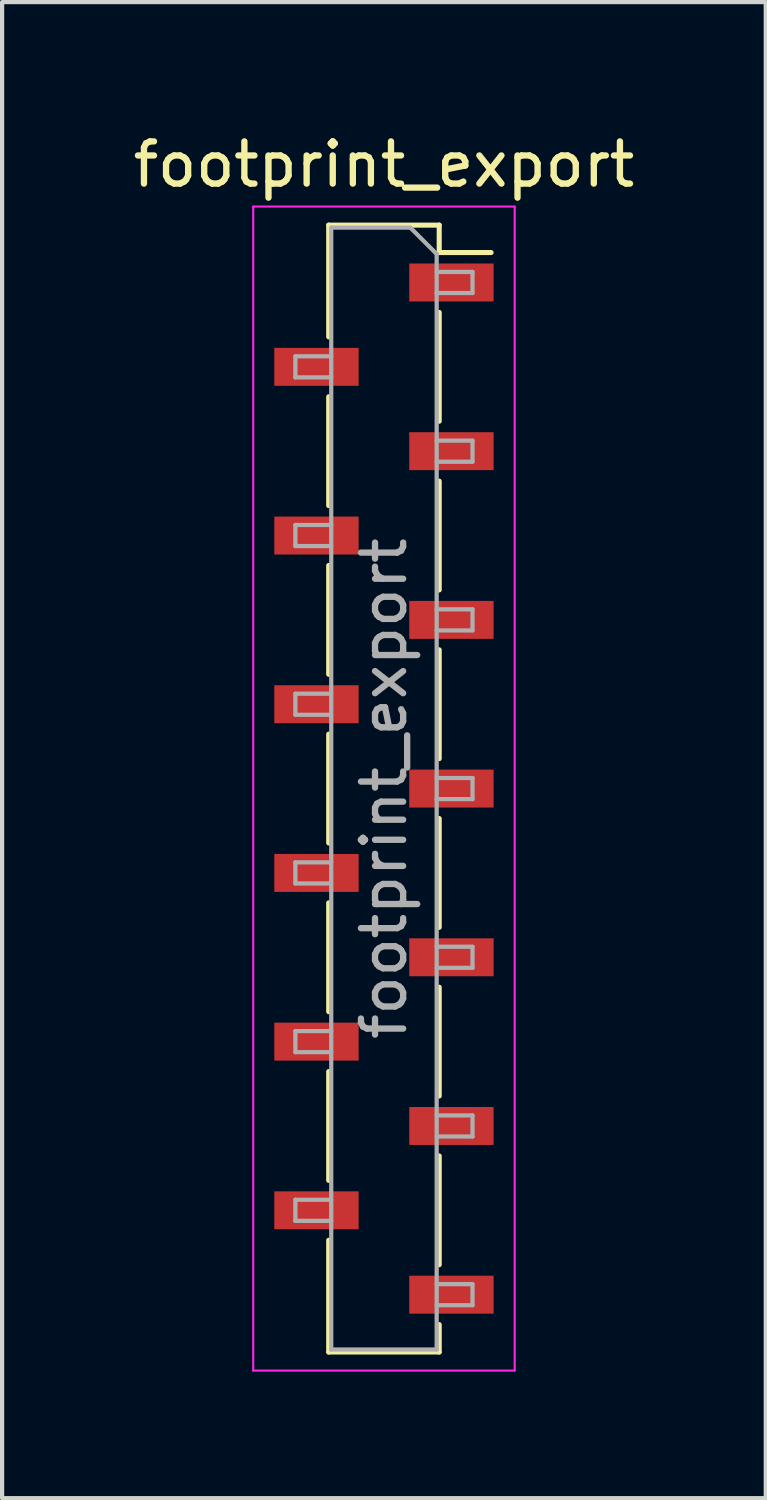
<source format=kicad_pcb>
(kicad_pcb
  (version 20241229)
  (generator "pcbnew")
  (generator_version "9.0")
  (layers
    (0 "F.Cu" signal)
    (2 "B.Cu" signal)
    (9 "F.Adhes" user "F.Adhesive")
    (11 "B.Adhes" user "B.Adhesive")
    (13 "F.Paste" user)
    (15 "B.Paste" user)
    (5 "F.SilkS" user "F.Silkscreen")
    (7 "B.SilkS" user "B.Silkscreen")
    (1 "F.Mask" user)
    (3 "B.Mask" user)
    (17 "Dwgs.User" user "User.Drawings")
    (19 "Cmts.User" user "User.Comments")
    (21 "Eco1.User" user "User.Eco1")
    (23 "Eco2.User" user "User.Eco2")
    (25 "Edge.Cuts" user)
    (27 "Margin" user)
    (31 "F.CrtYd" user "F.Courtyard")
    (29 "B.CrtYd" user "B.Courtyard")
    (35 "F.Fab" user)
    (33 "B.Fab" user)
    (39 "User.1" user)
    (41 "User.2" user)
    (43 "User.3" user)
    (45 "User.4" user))
  (footprint "footprint_export"
    (layer "F.Cu")
    (at 6.054 15.648)
    (property "Reference" "footprint_export" (at 0 -14.8 0) (layer "F.SilkS") (effects (font (size 1 1) (thickness 0.15))))
    (attr smd)
    (fp_line (start -1.31 -13.36) (end -1.31 -10.71) (stroke (width 0.12) (type solid)) (layer "F.SilkS"))
    (fp_line (start -1.31 -13.36) (end 1.31 -13.36) (stroke (width 0.12) (type solid)) (layer "F.SilkS"))
    (fp_line (start -1.31 -9.29) (end -1.31 -6.71) (stroke (width 0.12) (type solid)) (layer "F.SilkS"))
    (fp_line (start -1.31 -5.29) (end -1.31 -2.71) (stroke (width 0.12) (type solid)) (layer "F.SilkS"))
    (fp_line (start -1.31 -1.29) (end -1.31 1.29) (stroke (width 0.12) (type solid)) (layer "F.SilkS"))
    (fp_line (start -1.31 2.71) (end -1.31 5.29) (stroke (width 0.12) (type solid)) (layer "F.SilkS"))
    (fp_line (start -1.31 6.71) (end -1.31 9.29) (stroke (width 0.12) (type solid)) (layer "F.SilkS"))
    (fp_line (start -1.31 10.71) (end -1.31 13.36) (stroke (width 0.12) (type solid)) (layer "F.SilkS"))
    (fp_line (start -1.31 13.36) (end 1.31 13.36) (stroke (width 0.12) (type solid)) (layer "F.SilkS"))
    (fp_line (start 1.31 -13.36) (end 1.31 -12.71) (stroke (width 0.12) (type solid)) (layer "F.SilkS"))
    (fp_line (start 1.31 -12.71) (end 2.54 -12.71) (stroke (width 0.12) (type solid)) (layer "F.SilkS"))
    (fp_line (start 1.31 -11.29) (end 1.31 -8.71) (stroke (width 0.12) (type solid)) (layer "F.SilkS"))
    (fp_line (start 1.31 -7.29) (end 1.31 -4.71) (stroke (width 0.12) (type solid)) (layer "F.SilkS"))
    (fp_line (start 1.31 -3.29) (end 1.31 -0.71) (stroke (width 0.12) (type solid)) (layer "F.SilkS"))
    (fp_line (start 1.31 0.71) (end 1.31 3.29) (stroke (width 0.12) (type solid)) (layer "F.SilkS"))
    (fp_line (start 1.31 4.71) (end 1.31 7.29) (stroke (width 0.12) (type solid)) (layer "F.SilkS"))
    (fp_line (start 1.31 8.71) (end 1.31 11.29) (stroke (width 0.12) (type solid)) (layer "F.SilkS"))
    (fp_line (start 1.31 12.71) (end 1.31 13.36) (stroke (width 0.12) (type solid)) (layer "F.SilkS"))
    (fp_line (start -3.1 -13.8) (end 3.1 -13.8) (stroke (width 0.05) (type solid)) (layer "F.CrtYd"))
    (fp_line (start -3.1 13.8) (end -3.1 -13.8) (stroke (width 0.05) (type solid)) (layer "F.CrtYd"))
    (fp_line (start 3.1 -13.8) (end 3.1 13.8) (stroke (width 0.05) (type solid)) (layer "F.CrtYd"))
    (fp_line (start 3.1 13.8) (end -3.1 13.8) (stroke (width 0.05) (type solid)) (layer "F.CrtYd"))
    (fp_line (start -2.1 -10.25) (end -1.25 -10.25) (stroke (width 0.1) (type solid)) (layer "F.Fab"))
    (fp_line (start -2.1 -9.75) (end -2.1 -10.25) (stroke (width 0.1) (type solid)) (layer "F.Fab"))
    (fp_line (start -2.1 -6.25) (end -1.25 -6.25) (stroke (width 0.1) (type solid)) (layer "F.Fab"))
    (fp_line (start -2.1 -5.75) (end -2.1 -6.25) (stroke (width 0.1) (type solid)) (layer "F.Fab"))
    (fp_line (start -2.1 -2.25) (end -1.25 -2.25) (stroke (width 0.1) (type solid)) (layer "F.Fab"))
    (fp_line (start -2.1 -1.75) (end -2.1 -2.25) (stroke (width 0.1) (type solid)) (layer "F.Fab"))
    (fp_line (start -2.1 1.75) (end -1.25 1.75) (stroke (width 0.1) (type solid)) (layer "F.Fab"))
    (fp_line (start -2.1 2.25) (end -2.1 1.75) (stroke (width 0.1) (type solid)) (layer "F.Fab"))
    (fp_line (start -2.1 5.75) (end -1.25 5.75) (stroke (width 0.1) (type solid)) (layer "F.Fab"))
    (fp_line (start -2.1 6.25) (end -2.1 5.75) (stroke (width 0.1) (type solid)) (layer "F.Fab"))
    (fp_line (start -2.1 9.75) (end -1.25 9.75) (stroke (width 0.1) (type solid)) (layer "F.Fab"))
    (fp_line (start -2.1 10.25) (end -2.1 9.75) (stroke (width 0.1) (type solid)) (layer "F.Fab"))
    (fp_line (start -1.25 -13.3) (end 0.625 -13.3) (stroke (width 0.1) (type solid)) (layer "F.Fab"))
    (fp_line (start -1.25 -9.75) (end -2.1 -9.75) (stroke (width 0.1) (type solid)) (layer "F.Fab"))
    (fp_line (start -1.25 -5.75) (end -2.1 -5.75) (stroke (width 0.1) (type solid)) (layer "F.Fab"))
    (fp_line (start -1.25 -1.75) (end -2.1 -1.75) (stroke (width 0.1) (type solid)) (layer "F.Fab"))
    (fp_line (start -1.25 2.25) (end -2.1 2.25) (stroke (width 0.1) (type solid)) (layer "F.Fab"))
    (fp_line (start -1.25 6.25) (end -2.1 6.25) (stroke (width 0.1) (type solid)) (layer "F.Fab"))
    (fp_line (start -1.25 10.25) (end -2.1 10.25) (stroke (width 0.1) (type solid)) (layer "F.Fab"))
    (fp_line (start -1.25 13.3) (end -1.25 -13.3) (stroke (width 0.1) (type solid)) (layer "F.Fab"))
    (fp_line (start 0.625 -13.3) (end 1.25 -12.675) (stroke (width 0.1) (type solid)) (layer "F.Fab"))
    (fp_line (start 1.25 -12.675) (end 1.25 13.3) (stroke (width 0.1) (type solid)) (layer "F.Fab"))
    (fp_line (start 1.25 -12.25) (end 2.1 -12.25) (stroke (width 0.1) (type solid)) (layer "F.Fab"))
    (fp_line (start 1.25 -8.25) (end 2.1 -8.25) (stroke (width 0.1) (type solid)) (layer "F.Fab"))
    (fp_line (start 1.25 -4.25) (end 2.1 -4.25) (stroke (width 0.1) (type solid)) (layer "F.Fab"))
    (fp_line (start 1.25 -0.25) (end 2.1 -0.25) (stroke (width 0.1) (type solid)) (layer "F.Fab"))
    (fp_line (start 1.25 3.75) (end 2.1 3.75) (stroke (width 0.1) (type solid)) (layer "F.Fab"))
    (fp_line (start 1.25 7.75) (end 2.1 7.75) (stroke (width 0.1) (type solid)) (layer "F.Fab"))
    (fp_line (start 1.25 11.75) (end 2.1 11.75) (stroke (width 0.1) (type solid)) (layer "F.Fab"))
    (fp_line (start 1.25 13.3) (end -1.25 13.3) (stroke (width 0.1) (type solid)) (layer "F.Fab"))
    (fp_line (start 2.1 -12.25) (end 2.1 -11.75) (stroke (width 0.1) (type solid)) (layer "F.Fab"))
    (fp_line (start 2.1 -11.75) (end 1.25 -11.75) (stroke (width 0.1) (type solid)) (layer "F.Fab"))
    (fp_line (start 2.1 -8.25) (end 2.1 -7.75) (stroke (width 0.1) (type solid)) (layer "F.Fab"))
    (fp_line (start 2.1 -7.75) (end 1.25 -7.75) (stroke (width 0.1) (type solid)) (layer "F.Fab"))
    (fp_line (start 2.1 -4.25) (end 2.1 -3.75) (stroke (width 0.1) (type solid)) (layer "F.Fab"))
    (fp_line (start 2.1 -3.75) (end 1.25 -3.75) (stroke (width 0.1) (type solid)) (layer "F.Fab"))
    (fp_line (start 2.1 -0.25) (end 2.1 0.25) (stroke (width 0.1) (type solid)) (layer "F.Fab"))
    (fp_line (start 2.1 0.25) (end 1.25 0.25) (stroke (width 0.1) (type solid)) (layer "F.Fab"))
    (fp_line (start 2.1 3.75) (end 2.1 4.25) (stroke (width 0.1) (type solid)) (layer "F.Fab"))
    (fp_line (start 2.1 4.25) (end 1.25 4.25) (stroke (width 0.1) (type solid)) (layer "F.Fab"))
    (fp_line (start 2.1 7.75) (end 2.1 8.25) (stroke (width 0.1) (type solid)) (layer "F.Fab"))
    (fp_line (start 2.1 8.25) (end 1.25 8.25) (stroke (width 0.1) (type solid)) (layer "F.Fab"))
    (fp_line (start 2.1 11.75) (end 2.1 12.25) (stroke (width 0.1) (type solid)) (layer "F.Fab"))
    (fp_line (start 2.1 12.25) (end 1.25 12.25) (stroke (width 0.1) (type solid)) (layer "F.Fab"))
    (fp_text user "${REFERENCE}" (at 0 0 90) (layer "F.Fab") (effects (font (size 1 1) (thickness 0.15))))
    (pad "1" smd rect (at 1.6 -12) (size 2 0.9) (layers "F.Cu" "F.Mask" "F.Paste"))
    (pad "2" smd rect (at -1.6 -10) (size 2 0.9) (layers "F.Cu" "F.Mask" "F.Paste"))
    (pad "3" smd rect (at 1.6 -8) (size 2 0.9) (layers "F.Cu" "F.Mask" "F.Paste"))
    (pad "4" smd rect (at -1.6 -6) (size 2 0.9) (layers "F.Cu" "F.Mask" "F.Paste"))
    (pad "5" smd rect (at 1.6 -4) (size 2 0.9) (layers "F.Cu" "F.Mask" "F.Paste"))
    (pad "6" smd rect (at -1.6 -2) (size 2 0.9) (layers "F.Cu" "F.Mask" "F.Paste"))
    (pad "7" smd rect (at 1.6 0) (size 2 0.9) (layers "F.Cu" "F.Mask" "F.Paste"))
    (pad "8" smd rect (at -1.6 2) (size 2 0.9) (layers "F.Cu" "F.Mask" "F.Paste"))
    (pad "9" smd rect (at 1.6 4) (size 2 0.9) (layers "F.Cu" "F.Mask" "F.Paste"))
    (pad "10" smd rect (at -1.6 6) (size 2 0.9) (layers "F.Cu" "F.Mask" "F.Paste"))
    (pad "11" smd rect (at 1.6 8) (size 2 0.9) (layers "F.Cu" "F.Mask" "F.Paste"))
    (pad "12" smd rect (at -1.6 10) (size 2 0.9) (layers "F.Cu" "F.Mask" "F.Paste"))
    (pad "13" smd rect (at 1.6 12) (size 2 0.9) (layers "F.Cu" "F.Mask" "F.Paste")))
  (gr_rect
    (start -3 -3)
    (end 15.107 32.473)
    (stroke (width 0.1) (type default))
    (fill no)
    (layer "Edge.Cuts")))
</source>
